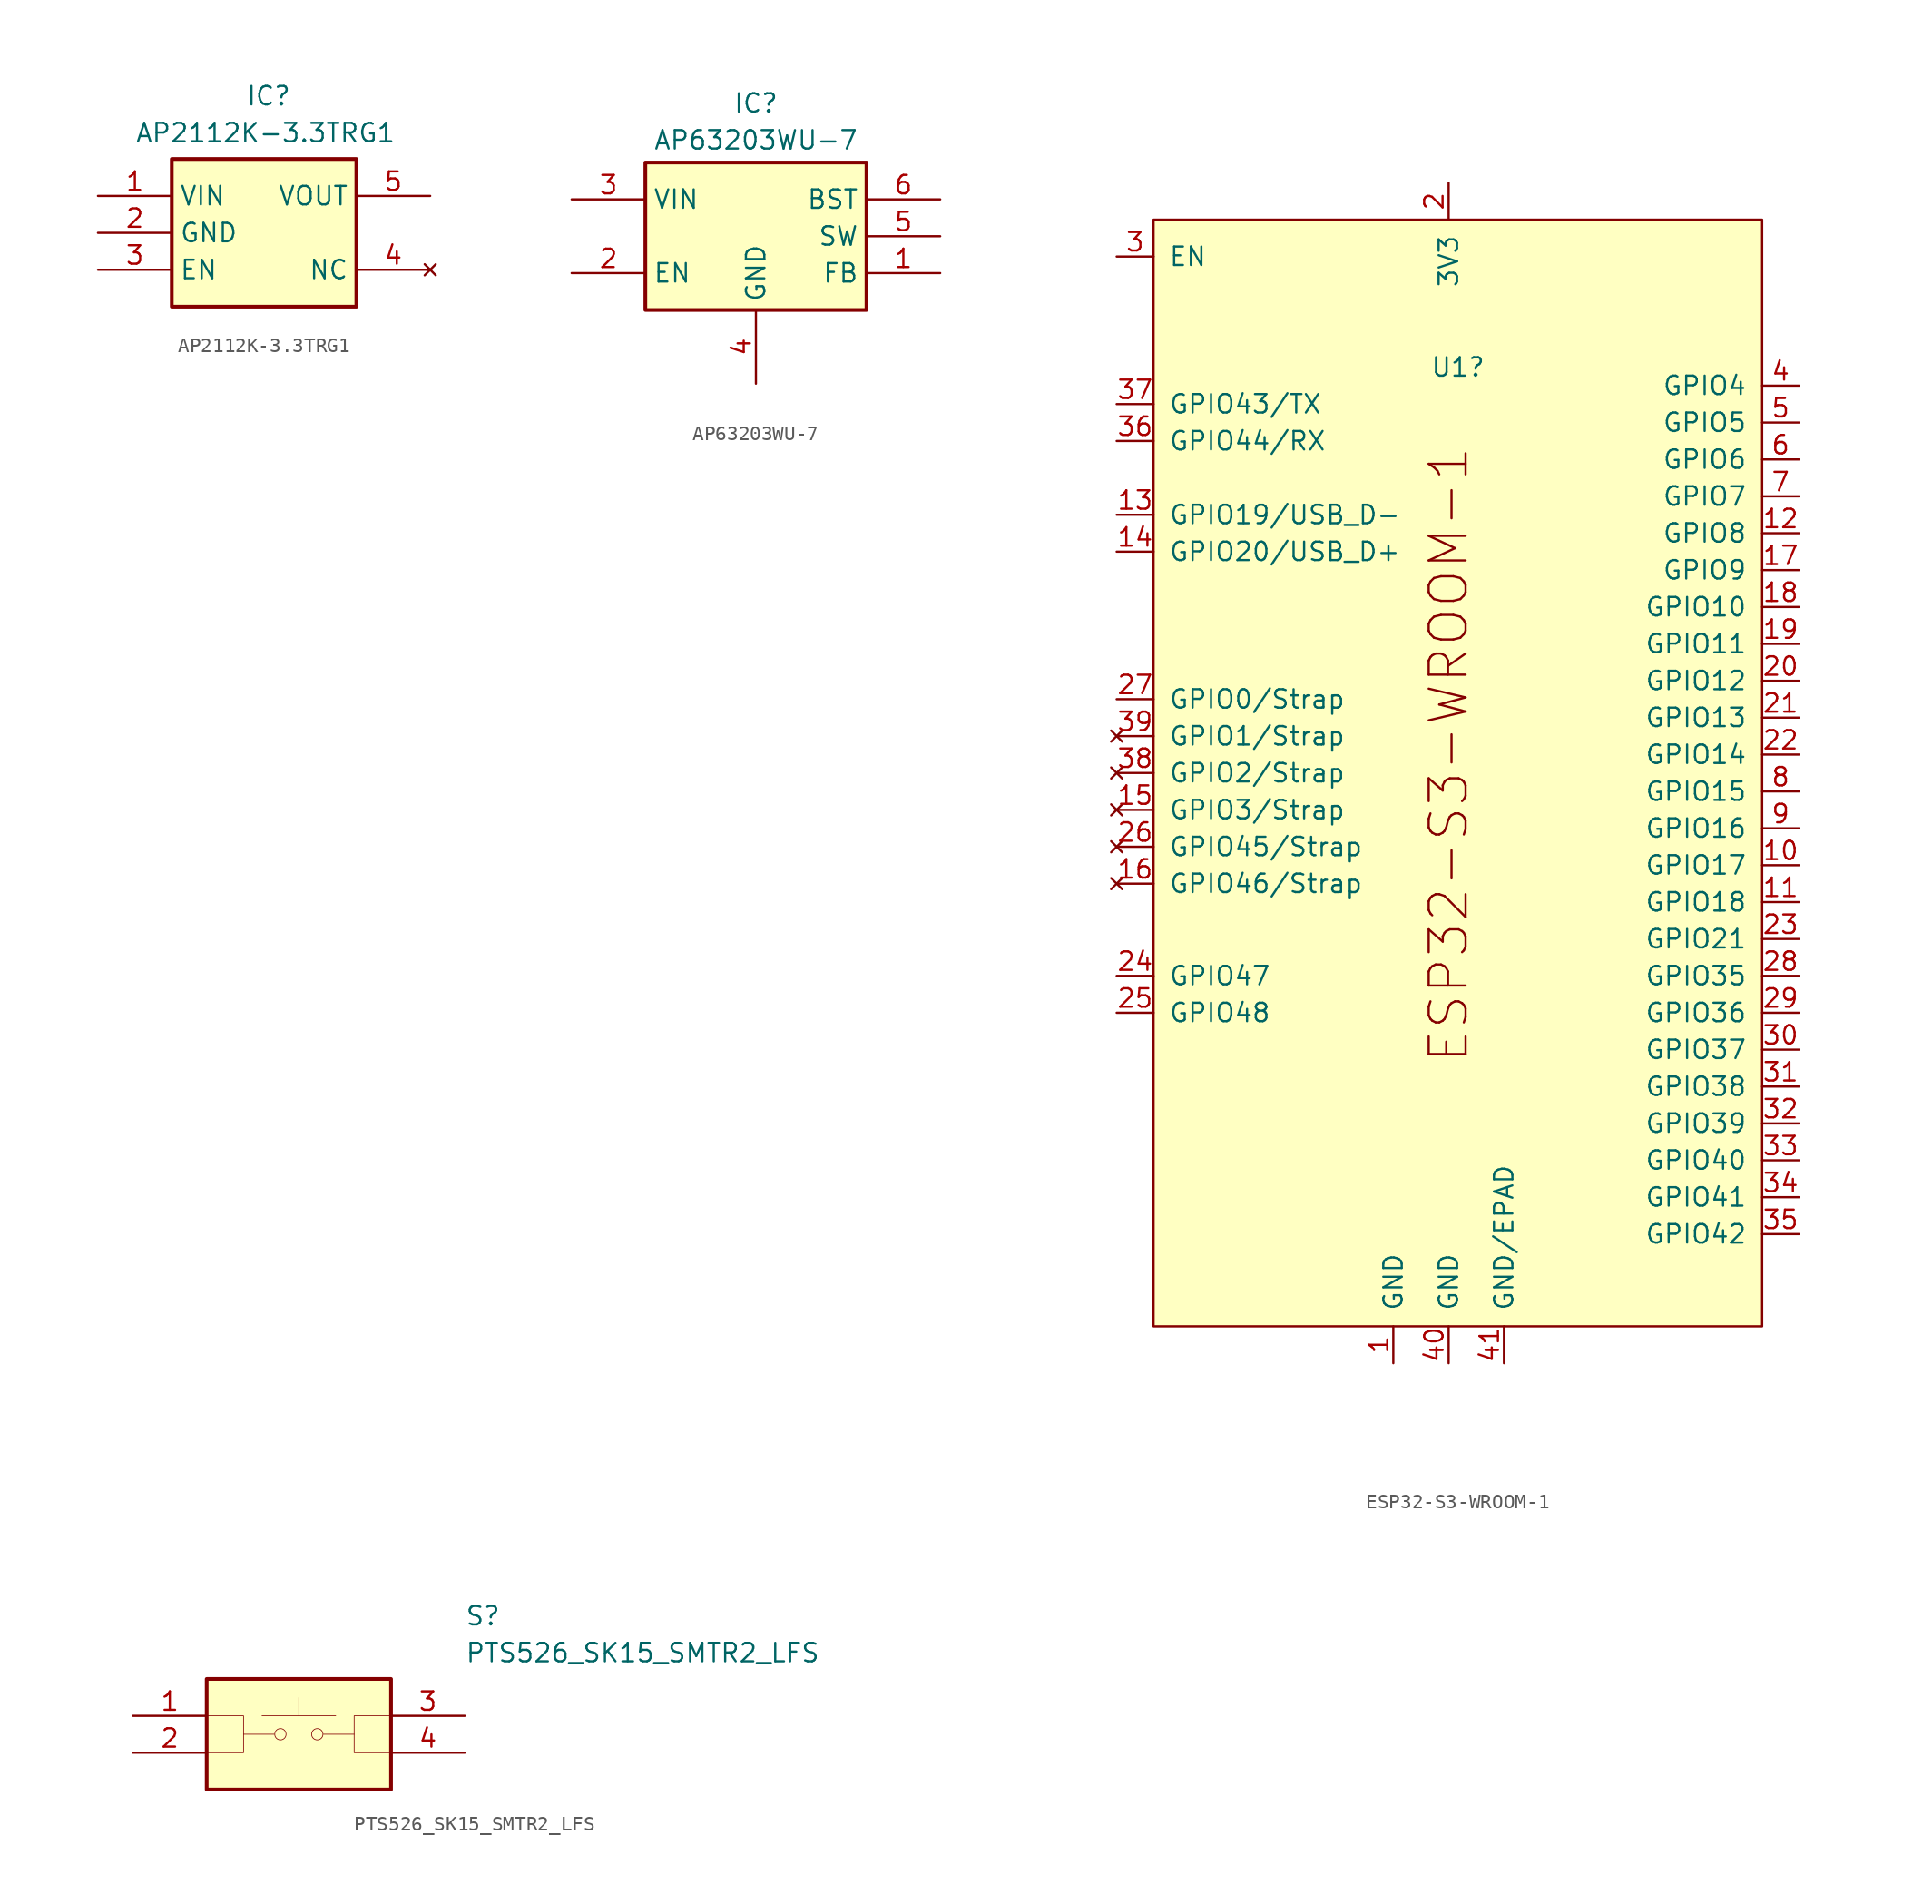
<source format=kicad_sym>
(kicad_symbol_lib
  (version 20231120)
  (generator "kicad_symbol_editor")
  (generator_version "8.0")
  (symbol "AP2112K-3.3TRG1"
    (property "Reference" "IC"
      (at -1.27 10.16 0)
      (effects (font (size 1.27 1.27)) (justify left top)))
    (property "Value" "AP2112K-3.3TRG1"
      (at -8.89 7.62 0)
      (effects (font (size 1.27 1.27)) (justify left top)))
    (symbol "AP2112K-3.3TRG1_1_1"
      (rectangle (start -6.35 5.08) (end 6.35 -5.08) (stroke (width 0.254) (type default)) (fill (type background)))
      (pin passive line (at -11.43 2.54 0) (length 5.08) (name "VIN" (effects (font (size 1.27 1.27)))) (number "1" (effects (font (size 1.27 1.27)))))
      (pin passive line (at -11.43 0 0) (length 5.08) (name "GND" (effects (font (size 1.27 1.27)))) (number "2" (effects (font (size 1.27 1.27)))))
      (pin passive line (at -11.43 -2.54 0) (length 5.08) (name "EN" (effects (font (size 1.27 1.27)))) (number "3" (effects (font (size 1.27 1.27)))))
      (pin no_connect line (at 11.43 -2.54 180) (length 5.08) (name "NC" (effects (font (size 1.27 1.27)))) (number "4" (effects (font (size 1.27 1.27)))))
      (pin passive line (at 11.43 2.54 180) (length 5.08) (name "VOUT" (effects (font (size 1.27 1.27)))) (number "5" (effects (font (size 1.27 1.27)))))))
  (symbol "AP63203WU-7"
    (property "Reference" "IC"
      (at 0 9.906 0)
      (effects (font (size 1.27 1.27)) (justify top)))
    (property "Value" "AP63203WU-7"
      (at 0 7.366 0)
      (effects (font (size 1.27 1.27)) (justify top)))
    (symbol "AP63203WU-7_1_1"
      (rectangle (start -7.62 5.08) (end 7.62 -5.08) (stroke (width 0.254) (type default)) (fill (type background)))
      (pin passive line (at 12.7 -2.54 180) (length 5.08) (name "FB" (effects (font (size 1.27 1.27)))) (number "1" (effects (font (size 1.27 1.27)))))
      (pin passive line (at -12.7 -2.54 0) (length 5.08) (name "EN" (effects (font (size 1.27 1.27)))) (number "2" (effects (font (size 1.27 1.27)))))
      (pin passive line (at -12.7 2.54 0) (length 5.08) (name "VIN" (effects (font (size 1.27 1.27)))) (number "3" (effects (font (size 1.27 1.27)))))
      (pin passive line (at 0 -10.16 90) (length 5.08) (name "GND" (effects (font (size 1.27 1.27)))) (number "4" (effects (font (size 1.27 1.27)))))
      (pin passive line (at 12.7 0 180) (length 5.08) (name "SW" (effects (font (size 1.27 1.27)))) (number "5" (effects (font (size 1.27 1.27)))))
      (pin passive line (at 12.7 2.54 180) (length 5.08) (name "BST" (effects (font (size 1.27 1.27)))) (number "6" (effects (font (size 1.27 1.27)))))))
  (symbol "ESP32-S3-WROOM-1"
    (pin_names
      (offset 1.016))
    (property "Reference" "U1"
      (at -1.27 27.94 0)
      (effects (font (size 1.27 1.27)) (justify left)))
    (symbol "ESP32-S3-WROOM-1_0_0"
      (text "ESP32-S3-WROOM-1" (at 0 1.27 900) (effects (font (size 2.54 2.54))))
      (pin power_in line (at -3.81 -40.64 90) (length 2.54) (name "GND" (effects (font (size 1.27 1.27)))) (number "1" (effects (font (size 1.27 1.27)))))
      (pin bidirectional line (at 24.13 -6.35 180) (length 2.54) (name "GPIO17" (effects (font (size 1.27 1.27)))) (number "10" (effects (font (size 1.27 1.27)))))
      (pin bidirectional line (at 24.13 -8.89 180) (length 2.54) (name "GPIO18" (effects (font (size 1.27 1.27)))) (number "11" (effects (font (size 1.27 1.27)))))
      (pin bidirectional line (at 24.13 16.51 180) (length 2.54) (name "GPIO8" (effects (font (size 1.27 1.27)))) (number "12" (effects (font (size 1.27 1.27)))))
      (pin bidirectional line (at -22.86 17.78 0) (length 2.54) (name "GPIO19/USB_D-" (effects (font (size 1.27 1.27)))) (number "13" (effects (font (size 1.27 1.27)))))
      (pin bidirectional line (at -22.86 15.24 0) (length 2.54) (name "GPIO20/USB_D+" (effects (font (size 1.27 1.27)))) (number "14" (effects (font (size 1.27 1.27)))))
      (pin bidirectional line (at 24.13 13.97 180) (length 2.54) (name "GPIO9" (effects (font (size 1.27 1.27)))) (number "17" (effects (font (size 1.27 1.27)))))
      (pin bidirectional line (at 24.13 11.43 180) (length 2.54) (name "GPIO10" (effects (font (size 1.27 1.27)))) (number "18" (effects (font (size 1.27 1.27)))))
      (pin bidirectional line (at 24.13 8.89 180) (length 2.54) (name "GPIO11" (effects (font (size 1.27 1.27)))) (number "19" (effects (font (size 1.27 1.27)))))
      (pin power_in line (at 0 40.64 270) (length 2.54) (name "3V3" (effects (font (size 1.27 1.27)))) (number "2" (effects (font (size 1.27 1.27)))))
      (pin bidirectional line (at 24.13 6.35 180) (length 2.54) (name "GPIO12" (effects (font (size 1.27 1.27)))) (number "20" (effects (font (size 1.27 1.27)))))
      (pin bidirectional line (at 24.13 3.81 180) (length 2.54) (name "GPIO13" (effects (font (size 1.27 1.27)))) (number "21" (effects (font (size 1.27 1.27)))))
      (pin bidirectional line (at 24.13 1.27 180) (length 2.54) (name "GPIO14" (effects (font (size 1.27 1.27)))) (number "22" (effects (font (size 1.27 1.27)))))
      (pin bidirectional line (at 24.13 -11.43 180) (length 2.54) (name "GPIO21" (effects (font (size 1.27 1.27)))) (number "23" (effects (font (size 1.27 1.27)))))
      (pin bidirectional line (at -22.86 -13.97 0) (length 2.54) (name "GPIO47" (effects (font (size 1.27 1.27)))) (number "24" (effects (font (size 1.27 1.27)))))
      (pin bidirectional line (at -22.86 -16.51 0) (length 2.54) (name "GPIO48" (effects (font (size 1.27 1.27)))) (number "25" (effects (font (size 1.27 1.27)))))
      (pin bidirectional line (at 24.13 -13.97 180) (length 2.54) (name "GPIO35" (effects (font (size 1.27 1.27)))) (number "28" (effects (font (size 1.27 1.27)))))
      (pin bidirectional line (at 24.13 -16.51 180) (length 2.54) (name "GPIO36" (effects (font (size 1.27 1.27)))) (number "29" (effects (font (size 1.27 1.27)))))
      (pin input line (at -22.86 35.56 0) (length 2.54) (name "EN" (effects (font (size 1.27 1.27)))) (number "3" (effects (font (size 1.27 1.27)))))
      (pin bidirectional line (at 24.13 -19.05 180) (length 2.54) (name "GPIO37" (effects (font (size 1.27 1.27)))) (number "30" (effects (font (size 1.27 1.27)))))
      (pin bidirectional line (at 24.13 -21.59 180) (length 2.54) (name "GPIO38" (effects (font (size 1.27 1.27)))) (number "31" (effects (font (size 1.27 1.27)))))
      (pin bidirectional line (at 24.13 -24.13 180) (length 2.54) (name "GPIO39" (effects (font (size 1.27 1.27)))) (number "32" (effects (font (size 1.27 1.27)))))
      (pin bidirectional line (at 24.13 -26.67 180) (length 2.54) (name "GPIO40" (effects (font (size 1.27 1.27)))) (number "33" (effects (font (size 1.27 1.27)))))
      (pin bidirectional line (at 24.13 -29.21 180) (length 2.54) (name "GPIO41" (effects (font (size 1.27 1.27)))) (number "34" (effects (font (size 1.27 1.27)))))
      (pin bidirectional line (at 24.13 -31.75 180) (length 2.54) (name "GPIO42" (effects (font (size 1.27 1.27)))) (number "35" (effects (font (size 1.27 1.27)))))
      (pin no_connect line (at -22.86 0 0) (length 2.54) (name "GPIO2/Strap" (effects (font (size 1.27 1.27)))) (number "38" (effects (font (size 1.27 1.27)))))
      (pin bidirectional line (at 24.13 26.67 180) (length 2.54) (name "GPIO4" (effects (font (size 1.27 1.27)))) (number "4" (effects (font (size 1.27 1.27)))))
      (pin bidirectional line (at 24.13 24.13 180) (length 2.54) (name "GPIO5" (effects (font (size 1.27 1.27)))) (number "5" (effects (font (size 1.27 1.27)))))
      (pin bidirectional line (at 24.13 21.59 180) (length 2.54) (name "GPIO6" (effects (font (size 1.27 1.27)))) (number "6" (effects (font (size 1.27 1.27)))))
      (pin bidirectional line (at 24.13 19.05 180) (length 2.54) (name "GPIO7" (effects (font (size 1.27 1.27)))) (number "7" (effects (font (size 1.27 1.27)))))
      (pin bidirectional line (at 24.13 -1.27 180) (length 2.54) (name "GPIO15" (effects (font (size 1.27 1.27)))) (number "8" (effects (font (size 1.27 1.27)))))
      (pin bidirectional line (at 24.13 -3.81 180) (length 2.54) (name "GPIO16" (effects (font (size 1.27 1.27)))) (number "9" (effects (font (size 1.27 1.27))))))
    (symbol "ESP32-S3-WROOM-1_0_1"
      (rectangle (start -20.32 38.1) (end 21.59 -38.1) (stroke (width 0) (type default)) (fill (type background))))
    (symbol "ESP32-S3-WROOM-1_1_0"
      (pin no_connect line (at -22.86 -2.54 0) (length 2.54) (name "GPIO3/Strap" (effects (font (size 1.27 1.27)))) (number "15" (effects (font (size 1.27 1.27)))))
      (pin no_connect line (at -22.86 -7.62 0) (length 2.54) (name "GPIO46/Strap" (effects (font (size 1.27 1.27)))) (number "16" (effects (font (size 1.27 1.27)))))
      (pin no_connect line (at -22.86 -5.08 0) (length 2.54) (name "GPIO45/Strap" (effects (font (size 1.27 1.27)))) (number "26" (effects (font (size 1.27 1.27)))))
      (pin passive line (at -22.86 5.08 0) (length 2.54) (name "GPIO0/Strap" (effects (font (size 1.27 1.27)))) (number "27" (effects (font (size 1.27 1.27)))))
      (pin bidirectional line (at -22.86 22.86 0) (length 2.54) (name "GPIO44/RX" (effects (font (size 1.27 1.27)))) (number "36" (effects (font (size 1.27 1.27)))))
      (pin bidirectional line (at -22.86 25.4 0) (length 2.54) (name "GPIO43/TX" (effects (font (size 1.27 1.27)))) (number "37" (effects (font (size 1.27 1.27)))))
      (pin no_connect line (at -22.86 2.54 0) (length 2.54) (name "GPIO1/Strap" (effects (font (size 1.27 1.27)))) (number "39" (effects (font (size 1.27 1.27)))))
      (pin passive line (at 0 -40.64 90) (length 2.54) (name "GND" (effects (font (size 1.27 1.27)))) (number "40" (effects (font (size 1.27 1.27)))))
      (pin passive line (at 3.81 -40.64 90) (length 2.54) (name "GND/EPAD" (effects (font (size 1.27 1.27)))) (number "41" (effects (font (size 1.27 1.27)))))))
  (symbol "PTS526_SK15_SMTR2_LFS"
    (property "Reference" "S"
      (at 11.43 8.89 0)
      (effects (font (size 1.27 1.27)) (justify left top)))
    (property "Value" "PTS526_SK15_SMTR2_LFS"
      (at 11.43 6.35 0)
      (effects (font (size 1.27 1.27)) (justify left top)))
    (symbol "PTS526_SK15_SMTR2_LFS_1_1"
      (rectangle (start -6.35 3.81) (end 6.35 -3.81) (stroke (width 0.254) (type default)) (fill (type background)))
      (circle (center -1.27 0) (radius 0.39) (stroke (width 0.05) (type default)) (fill (type none)))
      (polyline (pts (xy -3.81 0) (xy -1.695 0)) (stroke (width 0.05) (type default)) (fill (type none)))
      (polyline (pts (xy 3.81 0) (xy 1.695 0)) (stroke (width 0.05) (type default)) (fill (type none)))
      (polyline (pts (xy -6.35 1.27) (xy -3.81 1.27) (xy -3.81 -1.27) (xy -6.35 -1.27)) (stroke (width 0.05) (type default)) (fill (type none)))
      (polyline (pts (xy -2.54 1.27) (xy 2.54 1.27) (xy 0 1.27) (xy 0 2.54)) (stroke (width 0.05) (type default)) (fill (type none)))
      (polyline (pts (xy 6.35 1.27) (xy 3.81 1.27) (xy 3.81 -1.27) (xy 6.35 -1.27)) (stroke (width 0.05) (type default)) (fill (type none)))
      (circle (center 1.27 0) (radius 0.39) (stroke (width 0.05) (type default)) (fill (type none)))
      (pin passive line (at -11.43 1.27 0) (length 5.08) (name "" (effects (font (size 1.27 1.27)))) (number "1" (effects (font (size 1.27 1.27)))))
      (pin passive line (at -11.43 -1.27 0) (length 5.08) (name "" (effects (font (size 1.27 1.27)))) (number "2" (effects (font (size 1.27 1.27)))))
      (pin passive line (at 11.43 1.27 180) (length 5.08) (name "" (effects (font (size 1.27 1.27)))) (number "3" (effects (font (size 1.27 1.27)))))
      (pin passive line (at 11.43 -1.27 180) (length 5.08) (name "" (effects (font (size 1.27 1.27)))) (number "4" (effects (font (size 1.27 1.27))))))))
</source>
